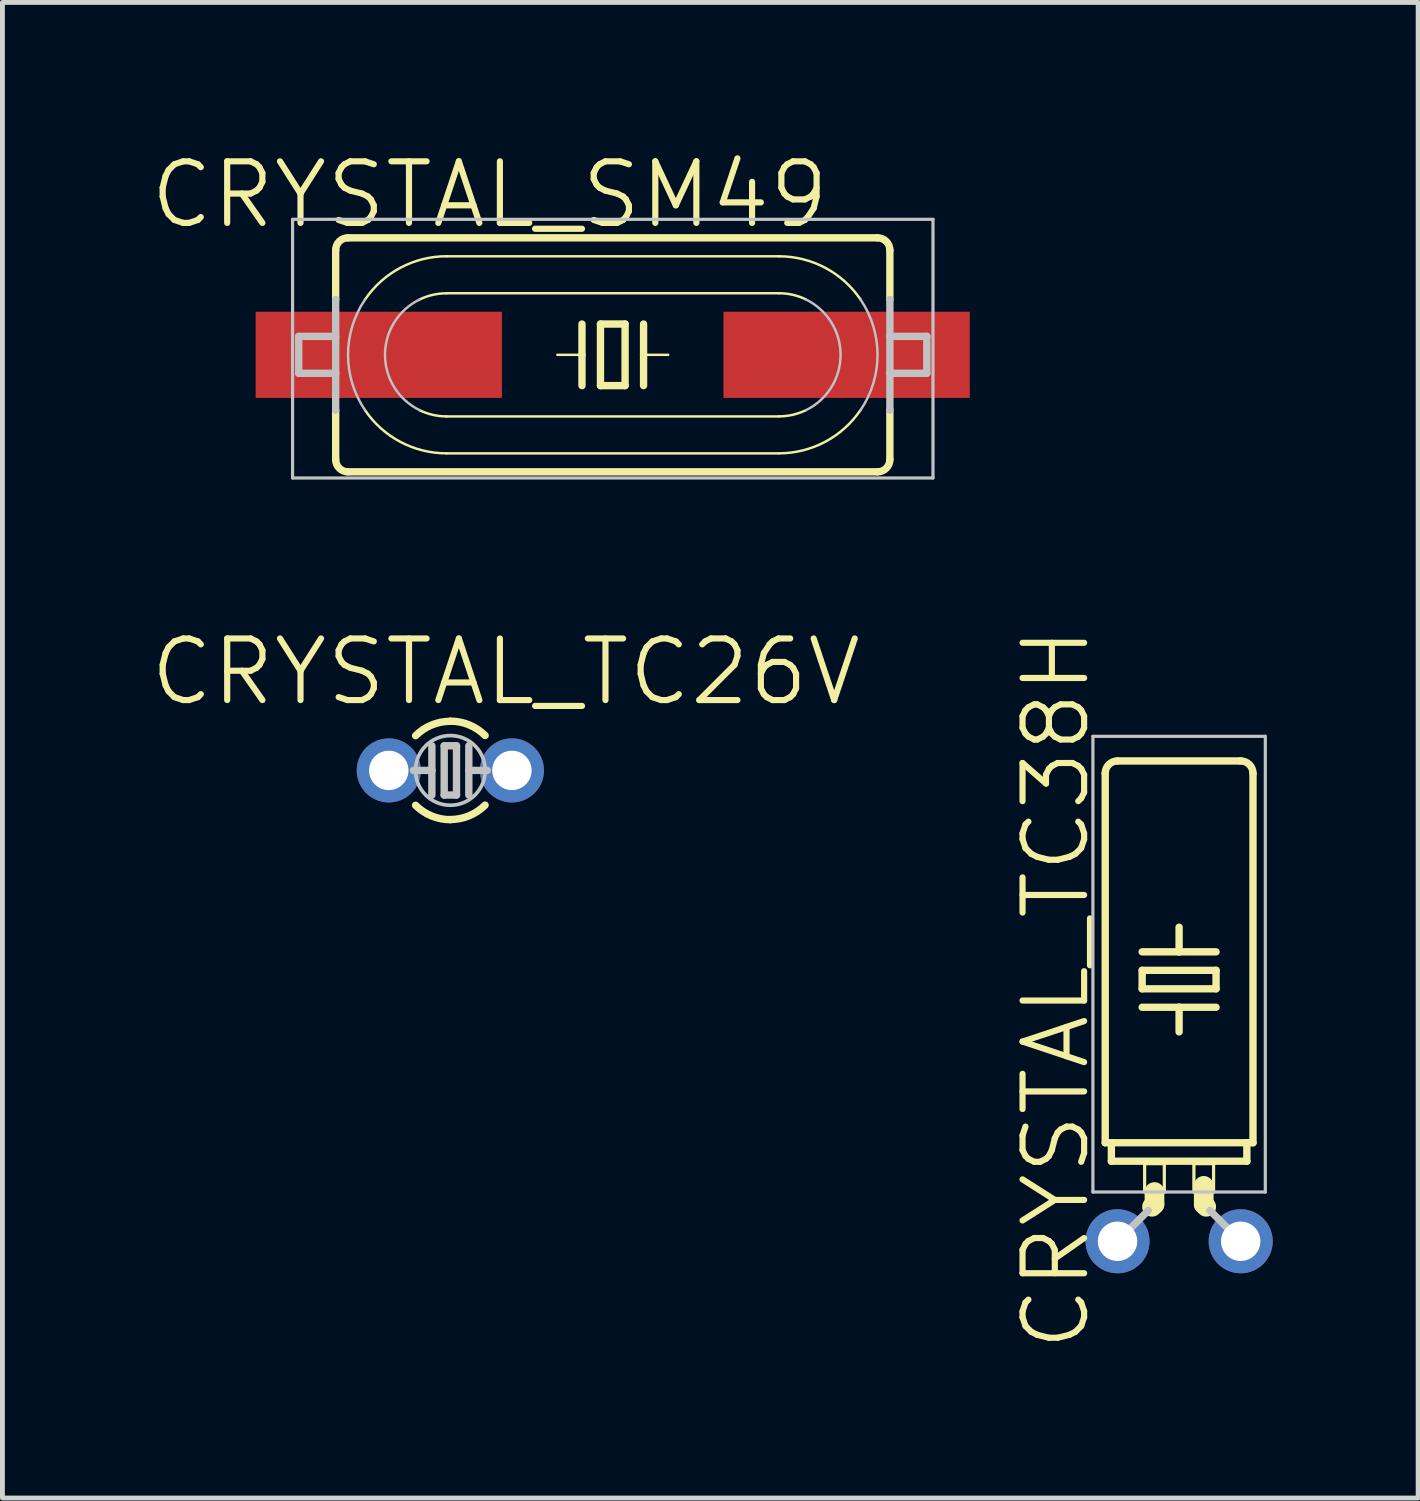
<source format=kicad_pcb>
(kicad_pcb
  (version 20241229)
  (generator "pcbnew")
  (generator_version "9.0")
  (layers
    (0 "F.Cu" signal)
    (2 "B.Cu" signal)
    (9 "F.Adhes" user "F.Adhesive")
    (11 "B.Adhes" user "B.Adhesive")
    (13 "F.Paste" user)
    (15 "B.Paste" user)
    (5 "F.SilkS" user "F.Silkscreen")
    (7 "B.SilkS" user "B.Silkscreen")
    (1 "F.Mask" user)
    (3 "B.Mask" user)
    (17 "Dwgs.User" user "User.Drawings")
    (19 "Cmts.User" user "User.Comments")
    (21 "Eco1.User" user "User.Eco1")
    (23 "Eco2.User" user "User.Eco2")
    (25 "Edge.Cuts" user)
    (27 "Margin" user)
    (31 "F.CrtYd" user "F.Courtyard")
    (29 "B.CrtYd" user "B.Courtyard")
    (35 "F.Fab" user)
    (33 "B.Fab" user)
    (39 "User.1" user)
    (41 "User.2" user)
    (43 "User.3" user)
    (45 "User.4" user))
  (footprint "CRYSTAL_SM49"
    (layer "F.Cu")
    (at 9.588 4.268)
    (property "Reference" "CRYSTAL_SM49" (at -2.54 -3.302 0) (layer "F.SilkS") (effects (font (size 1.27 1.27) (thickness 0.127))))
    (attr smd)
    (fp_line (start -5.715 -2.159) (end -5.715 -1.143) (stroke (width 0.152) (type solid)) (layer "F.SilkS"))
    (fp_line (start -5.715 1.143) (end -5.715 2.159) (stroke (width 0.152) (type solid)) (layer "F.SilkS"))
    (fp_line (start -5.461 -2.413) (end 5.461 -2.413) (stroke (width 0.152) (type solid)) (layer "F.SilkS"))
    (fp_line (start -5.461 2.413) (end 5.461 2.413) (stroke (width 0.152) (type solid)) (layer "F.SilkS"))
    (fp_line (start -3.429 -2.032) (end 3.429 -2.032) (stroke (width 0.051) (type solid)) (layer "F.SilkS"))
    (fp_line (start -3.429 -1.27) (end 3.429 -1.27) (stroke (width 0.051) (type solid)) (layer "F.SilkS"))
    (fp_line (start -0.635 -0.635) (end -0.635 0) (stroke (width 0.152) (type solid)) (layer "F.SilkS"))
    (fp_line (start -0.635 0) (end -1.143 0) (stroke (width 0.051) (type solid)) (layer "F.SilkS"))
    (fp_line (start -0.635 0) (end -0.635 0.635) (stroke (width 0.152) (type solid)) (layer "F.SilkS"))
    (fp_line (start -0.254 -0.635) (end -0.254 0.635) (stroke (width 0.152) (type solid)) (layer "F.SilkS"))
    (fp_line (start -0.254 0.635) (end 0.254 0.635) (stroke (width 0.152) (type solid)) (layer "F.SilkS"))
    (fp_line (start 0.254 -0.635) (end -0.254 -0.635) (stroke (width 0.152) (type solid)) (layer "F.SilkS"))
    (fp_line (start 0.254 0.635) (end 0.254 -0.635) (stroke (width 0.152) (type solid)) (layer "F.SilkS"))
    (fp_line (start 0.635 -0.635) (end 0.635 0) (stroke (width 0.152) (type solid)) (layer "F.SilkS"))
    (fp_line (start 0.635 0) (end 0.635 0.635) (stroke (width 0.152) (type solid)) (layer "F.SilkS"))
    (fp_line (start 0.635 0) (end 1.143 0) (stroke (width 0.051) (type solid)) (layer "F.SilkS"))
    (fp_line (start 3.429 1.27) (end -3.429 1.27) (stroke (width 0.051) (type solid)) (layer "F.SilkS"))
    (fp_line (start 3.429 2.032) (end -3.429 2.032) (stroke (width 0.051) (type solid)) (layer "F.SilkS"))
    (fp_line (start 5.715 -2.159) (end 5.715 -1.143) (stroke (width 0.152) (type solid)) (layer "F.SilkS"))
    (fp_line (start 5.715 1.143) (end 5.715 2.159) (stroke (width 0.152) (type solid)) (layer "F.SilkS"))
    (fp_arc (start -5.715 -2.159) (mid -5.640605 -2.338605) (end -5.461 -2.413) (stroke (width 0.1524) (type solid)) (layer "F.SilkS"))
    (fp_arc (start -5.461 2.413) (mid -5.640605 2.338605) (end -5.715 2.159) (stroke (width 0.1524) (type solid)) (layer "F.SilkS"))
    (fp_arc (start -5.10794 -1.143) (mid -4.379218 -1.796128) (end -3.429787 -2.033178) (stroke (width 0.0508) (type solid)) (layer "F.SilkS"))
    (fp_arc (start -3.98018 -1.143) (mid -3.711094 -1.237203) (end -3.427769 -1.268955) (stroke (width 0.0508) (type solid)) (layer "F.SilkS"))
    (fp_arc (start -3.429 1.27) (mid -3.712527 1.237947) (end -3.981743 1.143405) (stroke (width 0.0508) (type solid)) (layer "F.SilkS"))
    (fp_arc (start -3.429 2.032) (mid -4.378266 1.796641) (end -5.107632 1.145085) (stroke (width 0.0508) (type solid)) (layer "F.SilkS"))
    (fp_arc (start 3.429 -2.032) (mid 4.378266 -1.796641) (end 5.107632 -1.145085) (stroke (width 0.0508) (type solid)) (layer "F.SilkS"))
    (fp_arc (start 3.429 -1.27) (mid 3.712527 -1.237947) (end 3.981743 -1.143405) (stroke (width 0.0508) (type solid)) (layer "F.SilkS"))
    (fp_arc (start 3.98018 1.143) (mid 3.711094 1.237203) (end 3.427769 1.268955) (stroke (width 0.0508) (type solid)) (layer "F.SilkS"))
    (fp_arc (start 5.10794 1.14046) (mid 4.380405 1.793882) (end 3.431886 2.031747) (stroke (width 0.0508) (type solid)) (layer "F.SilkS"))
    (fp_arc (start 5.461 -2.413) (mid 5.640605 -2.338605) (end 5.715 -2.159) (stroke (width 0.1524) (type solid)) (layer "F.SilkS"))
    (fp_arc (start 5.715 2.159) (mid 5.640605 2.338605) (end 5.461 2.413) (stroke (width 0.1524) (type solid)) (layer "F.SilkS"))
    (fp_line (start -6.604 -2.794) (end 6.604 -2.794) (stroke (width 0.066) (type solid)) (layer "Dwgs.User"))
    (fp_line (start -6.604 2.54) (end -6.604 -2.794) (stroke (width 0.066) (type solid)) (layer "Dwgs.User"))
    (fp_line (start -6.604 2.54) (end 6.604 2.54) (stroke (width 0.066) (type solid)) (layer "Dwgs.User"))
    (fp_line (start -6.477 -0.381) (end -6.477 0.381) (stroke (width 0.152) (type solid)) (layer "Dwgs.User"))
    (fp_line (start -5.715 -1.143) (end -5.715 1.143) (stroke (width 0.152) (type solid)) (layer "Dwgs.User"))
    (fp_line (start -5.715 -0.381) (end -6.477 -0.381) (stroke (width 0.152) (type solid)) (layer "Dwgs.User"))
    (fp_line (start -5.715 0.381) (end -6.477 0.381) (stroke (width 0.152) (type solid)) (layer "Dwgs.User"))
    (fp_line (start 5.715 -1.143) (end 5.715 -0.381) (stroke (width 0.152) (type solid)) (layer "Dwgs.User"))
    (fp_line (start 5.715 -0.381) (end 5.715 0.381) (stroke (width 0.152) (type solid)) (layer "Dwgs.User"))
    (fp_line (start 5.715 -0.381) (end 6.477 -0.381) (stroke (width 0.152) (type solid)) (layer "Dwgs.User"))
    (fp_line (start 5.715 0.381) (end 5.715 1.143) (stroke (width 0.152) (type solid)) (layer "Dwgs.User"))
    (fp_line (start 5.715 0.381) (end 6.477 0.381) (stroke (width 0.152) (type solid)) (layer "Dwgs.User"))
    (fp_line (start 6.477 -0.381) (end 6.477 0.381) (stroke (width 0.152) (type solid)) (layer "Dwgs.User"))
    (fp_line (start 6.604 2.54) (end 6.604 -2.794) (stroke (width 0.066) (type solid)) (layer "Dwgs.User"))
    (fp_arc (start -5.10794 1.143) (mid -5.46008 0.001649) (end -5.109794 -1.140273) (stroke (width 0.0508) (type solid)) (layer "Dwgs.User"))
    (fp_arc (start -3.98018 1.143) (mid -4.697953 0.002339) (end -3.98439 -1.14096) (stroke (width 0.0508) (type solid)) (layer "Dwgs.User"))
    (fp_arc (start 3.98018 -1.143) (mid 4.697953 -0.002339) (end 3.98439 1.14096) (stroke (width 0.0508) (type solid)) (layer "Dwgs.User"))
    (fp_arc (start 5.10794 -1.143) (mid 5.46008 -0.001649) (end 5.109794 1.140273) (stroke (width 0.0508) (type solid)) (layer "Dwgs.User"))
    (pad "1" smd rect (at -4.826 0) (size 5.08 1.778) (layers "F.Cu" "F.Mask" "F.Paste"))
    (pad "2" smd rect (at 4.823 0) (size 5.08 1.778) (layers "F.Cu" "F.Mask" "F.Paste")))
  (footprint "CRYSTAL_TC26V"
    (layer "F.Cu")
    (at 6.238 12.839)
    (property "Reference" "CRYSTAL_TC26V" (at 1.143 -2.032 0) (layer "F.SilkS") (effects (font (size 1.27 1.27) (thickness 0.127))))
    (attr exclude_from_pos_files exclude_from_bom)
    (fp_arc (start -0.71628 -0.71628) (mid -0.388465 -0.935526) (end -0.001768 -1.012971) (stroke (width 0.1524) (type solid)) (layer "F.SilkS"))
    (fp_arc (start 0 -1.016) (mid 0.387987 -0.939) (end 0.717166 -0.719673) (stroke (width 0.1524) (type solid)) (layer "F.SilkS"))
    (fp_arc (start 0 1.016) (mid -0.387987 0.939) (end -0.717166 0.719673) (stroke (width 0.1524) (type solid)) (layer "F.SilkS"))
    (fp_arc (start 0.71628 0.71628) (mid 0.388465 0.935526) (end 0.001768 1.012971) (stroke (width 0.1524) (type solid)) (layer "F.SilkS"))
    (fp_line (start -0.381 0) (end -0.762 0) (stroke (width 0.152) (type solid)) (layer "Dwgs.User"))
    (fp_line (start -0.381 0) (end -0.381 -0.508) (stroke (width 0.152) (type solid)) (layer "Dwgs.User"))
    (fp_line (start -0.381 0.508) (end -0.381 0) (stroke (width 0.152) (type solid)) (layer "Dwgs.User"))
    (fp_line (start -0.127 0.508) (end -0.127 -0.508) (stroke (width 0.152) (type solid)) (layer "Dwgs.User"))
    (fp_line (start -0.127 0.508) (end 0.127 0.508) (stroke (width 0.152) (type solid)) (layer "Dwgs.User"))
    (fp_line (start 0.127 -0.508) (end -0.127 -0.508) (stroke (width 0.152) (type solid)) (layer "Dwgs.User"))
    (fp_line (start 0.127 -0.508) (end 0.127 0.508) (stroke (width 0.152) (type solid)) (layer "Dwgs.User"))
    (fp_line (start 0.381 0) (end 0.381 -0.508) (stroke (width 0.152) (type solid)) (layer "Dwgs.User"))
    (fp_line (start 0.381 0) (end 0.762 0) (stroke (width 0.152) (type solid)) (layer "Dwgs.User"))
    (fp_line (start 0.381 0.508) (end 0.381 0) (stroke (width 0.152) (type solid)) (layer "Dwgs.User"))
    (fp_circle (center 0 0) (end -0.508 0.508) (stroke (width 0.076) (type solid)) (fill no) (layer "Dwgs.User"))
    (pad "1" thru_hole circle (at -1.27 0) (size 1.321 1.321) (drill 0.813) (layers "*.Cu" "*.Paste" "*.Mask"))
    (pad "2" thru_hole circle (at 1.27 0) (size 1.321 1.321) (drill 0.813) (layers "*.Cu" "*.Paste" "*.Mask")))
  (footprint "CRYSTAL_TC38H"
    (layer "F.Cu")
    (at 21.268 22.55)
    (property "Reference" "CRYSTAL_TC38H" (at -2.54 -5.207 90) (layer "F.SilkS") (effects (font (size 1.27 1.27) (thickness 0.127))))
    (attr exclude_from_pos_files exclude_from_bom)
    (fp_line (start -1.524 -2.032) (end -1.524 -9.652) (stroke (width 0.152) (type solid)) (layer "F.SilkS"))
    (fp_line (start -1.524 -2.032) (end -1.397 -2.032) (stroke (width 0.152) (type solid)) (layer "F.SilkS"))
    (fp_line (start -1.397 -1.651) (end -1.397 -2.032) (stroke (width 0.152) (type solid)) (layer "F.SilkS"))
    (fp_line (start -1.397 -1.651) (end 1.397 -1.651) (stroke (width 0.152) (type solid)) (layer "F.SilkS"))
    (fp_line (start -1.27 -9.906) (end 1.27 -9.906) (stroke (width 0.152) (type solid)) (layer "F.SilkS"))
    (fp_line (start -0.762 -5.969) (end 0 -5.969) (stroke (width 0.152) (type solid)) (layer "F.SilkS"))
    (fp_line (start -0.762 -5.588) (end -0.762 -5.207) (stroke (width 0.152) (type solid)) (layer "F.SilkS"))
    (fp_line (start -0.762 -5.588) (end 0.762 -5.588) (stroke (width 0.152) (type solid)) (layer "F.SilkS"))
    (fp_line (start -0.762 -4.826) (end 0 -4.826) (stroke (width 0.152) (type solid)) (layer "F.SilkS"))
    (fp_line (start -0.711 -1.6) (end -0.305 -1.6) (stroke (width 0.066) (type solid)) (layer "F.SilkS"))
    (fp_line (start -0.711 -1.016) (end -0.711 -1.6) (stroke (width 0.066) (type solid)) (layer "F.SilkS"))
    (fp_line (start -0.711 -1.016) (end -0.305 -1.016) (stroke (width 0.066) (type solid)) (layer "F.SilkS"))
    (fp_line (start -0.559 -0.711) (end -0.508 -0.762) (stroke (width 0.406) (type solid)) (layer "F.SilkS"))
    (fp_line (start -0.508 -0.762) (end -0.508 -1.016) (stroke (width 0.406) (type solid)) (layer "F.SilkS"))
    (fp_line (start -0.305 -1.016) (end -0.305 -1.6) (stroke (width 0.066) (type solid)) (layer "F.SilkS"))
    (fp_line (start 0 -5.969) (end 0 -6.477) (stroke (width 0.152) (type solid)) (layer "F.SilkS"))
    (fp_line (start 0 -5.969) (end 0.762 -5.969) (stroke (width 0.152) (type solid)) (layer "F.SilkS"))
    (fp_line (start 0 -4.826) (end 0 -4.318) (stroke (width 0.152) (type solid)) (layer "F.SilkS"))
    (fp_line (start 0 -4.826) (end 0.762 -4.826) (stroke (width 0.152) (type solid)) (layer "F.SilkS"))
    (fp_line (start 0.305 -1.6) (end 0.711 -1.6) (stroke (width 0.066) (type solid)) (layer "F.SilkS"))
    (fp_line (start 0.305 -1.016) (end 0.305 -1.6) (stroke (width 0.066) (type solid)) (layer "F.SilkS"))
    (fp_line (start 0.305 -1.016) (end 0.711 -1.016) (stroke (width 0.066) (type solid)) (layer "F.SilkS"))
    (fp_line (start 0.508 -0.762) (end 0.508 -1.143) (stroke (width 0.406) (type solid)) (layer "F.SilkS"))
    (fp_line (start 0.559 -0.711) (end 0.508 -0.762) (stroke (width 0.406) (type solid)) (layer "F.SilkS"))
    (fp_line (start 0.711 -1.016) (end 0.711 -1.6) (stroke (width 0.066) (type solid)) (layer "F.SilkS"))
    (fp_line (start 0.762 -5.207) (end -0.762 -5.207) (stroke (width 0.152) (type solid)) (layer "F.SilkS"))
    (fp_line (start 0.762 -5.207) (end 0.762 -5.588) (stroke (width 0.152) (type solid)) (layer "F.SilkS"))
    (fp_line (start 1.397 -2.032) (end -1.397 -2.032) (stroke (width 0.152) (type solid)) (layer "F.SilkS"))
    (fp_line (start 1.397 -1.651) (end 1.397 -2.032) (stroke (width 0.152) (type solid)) (layer "F.SilkS"))
    (fp_line (start 1.524 -2.032) (end 1.397 -2.032) (stroke (width 0.152) (type solid)) (layer "F.SilkS"))
    (fp_line (start 1.524 -2.032) (end 1.524 -9.652) (stroke (width 0.152) (type solid)) (layer "F.SilkS"))
    (fp_arc (start -1.524 -9.652) (mid -1.449605 -9.831605) (end -1.27 -9.906) (stroke (width 0.1524) (type solid)) (layer "F.SilkS"))
    (fp_arc (start 1.27 -9.906) (mid 1.449605 -9.831605) (end 1.524 -9.652) (stroke (width 0.1524) (type solid)) (layer "F.SilkS"))
    (fp_line (start -1.778 -10.414) (end 1.778 -10.414) (stroke (width 0.066) (type solid)) (layer "Dwgs.User"))
    (fp_line (start -1.778 -1.016) (end -1.778 -10.414) (stroke (width 0.066) (type solid)) (layer "Dwgs.User"))
    (fp_line (start -1.778 -1.016) (end 1.778 -1.016) (stroke (width 0.066) (type solid)) (layer "Dwgs.User"))
    (fp_line (start -0.635 -0.635) (end -1.27 0) (stroke (width 0.152) (type solid)) (layer "Dwgs.User"))
    (fp_line (start 0.635 -0.635) (end 1.27 0) (stroke (width 0.152) (type solid)) (layer "Dwgs.User"))
    (fp_line (start 1.778 -1.016) (end 1.778 -10.414) (stroke (width 0.066) (type solid)) (layer "Dwgs.User"))
    (pad "1" thru_hole circle (at -1.27 0) (size 1.321 1.321) (drill 0.813) (layers "*.Cu" "*.Paste" "*.Mask"))
    (pad "2" thru_hole circle (at 1.27 0) (size 1.321 1.321) (drill 0.813) (layers "*.Cu" "*.Paste" "*.Mask")))
  (gr_rect
    (start -3 -3)
    (end 26.198 27.845)
    (stroke (width 0.1) (type default))
    (fill no)
    (layer "Edge.Cuts")))
</source>
